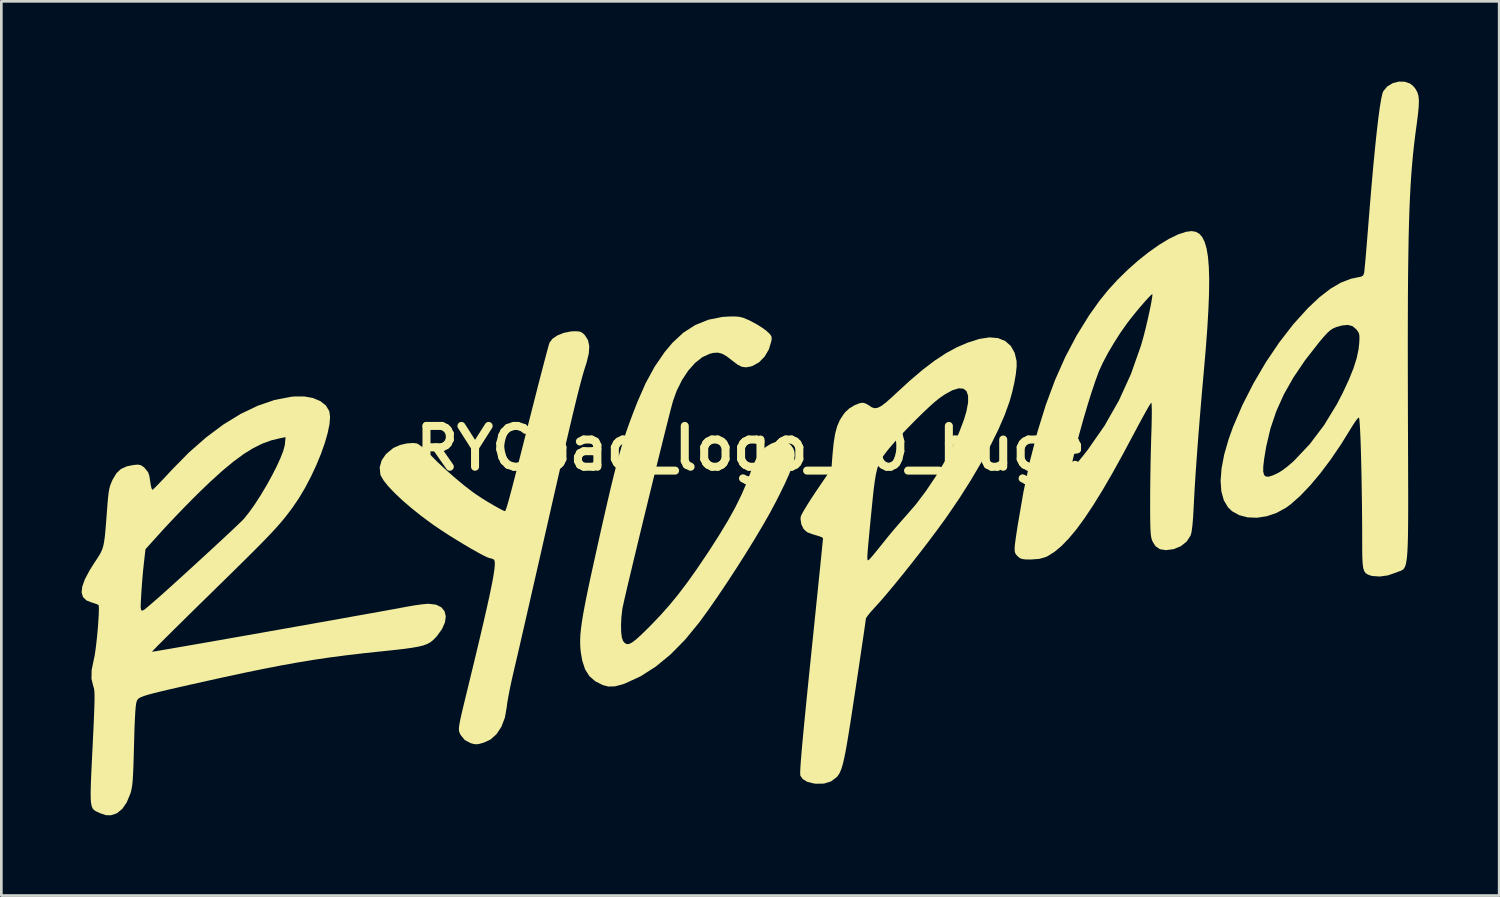
<source format=kicad_pcb>
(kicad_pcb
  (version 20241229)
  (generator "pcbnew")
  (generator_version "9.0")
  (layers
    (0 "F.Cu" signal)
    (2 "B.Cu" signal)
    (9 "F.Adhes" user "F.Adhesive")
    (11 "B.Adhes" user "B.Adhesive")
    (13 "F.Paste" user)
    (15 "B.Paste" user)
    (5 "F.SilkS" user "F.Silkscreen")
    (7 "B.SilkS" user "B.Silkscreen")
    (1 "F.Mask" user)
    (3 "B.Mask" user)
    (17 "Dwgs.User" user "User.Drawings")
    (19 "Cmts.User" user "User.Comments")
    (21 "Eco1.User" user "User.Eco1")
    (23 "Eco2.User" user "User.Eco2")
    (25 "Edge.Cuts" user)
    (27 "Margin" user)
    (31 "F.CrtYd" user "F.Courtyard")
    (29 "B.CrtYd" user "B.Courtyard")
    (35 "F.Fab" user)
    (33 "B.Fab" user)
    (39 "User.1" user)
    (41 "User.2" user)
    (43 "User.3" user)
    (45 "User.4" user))
  (footprint "RYCpad_logo_v0_huge"
    (layer "F.Cu")
    (at 25.008 13.703)
    (property "Reference" "RYCpad_logo_v0_huge" (at 0 0 0) (layer "F.SilkS") (effects (font (size 1.524 1.524) (thickness 0.3))))
    (attr board_only exclude_from_pos_files exclude_from_bom)
    (fp_poly (pts (xy -6.451 -4.371) (xy -6.343 -4.346) (xy -6.257 -4.284) (xy -6.194 -4.218) (xy -6.083 -4.04) (xy -6.036 -3.819) (xy -6.053 -3.546) (xy -6.133 -3.211) (xy -6.175 -3.081) (xy -6.22 -2.941) (xy -6.271 -2.77) (xy -6.328 -2.562) (xy -6.394 -2.312) (xy -6.47 -2.015) (xy -6.556 -1.666) (xy -6.654 -1.26) (xy -6.765 -0.79) (xy -6.891 -0.253) (xy -7.033 0.358) (xy -7.192 1.048) (xy -7.369 1.822) (xy -7.565 2.685) (xy -7.698 3.269) (xy -7.847 3.925) (xy -7.994 4.571) (xy -8.138 5.199) (xy -8.275 5.799) (xy -8.403 6.362) (xy -8.522 6.878) (xy -8.627 7.338) (xy -8.718 7.732) (xy -8.793 8.052) (xy -8.848 8.288) (xy -8.867 8.366) (xy -8.94 8.688) (xy -9.007 9.005) (xy -9.063 9.293) (xy -9.103 9.528) (xy -9.12 9.668) (xy -9.189 10.064) (xy -9.319 10.407) (xy -9.503 10.685) (xy -9.734 10.889) (xy -9.97 10.998) (xy -10.135 11.045) (xy -10.246 11.063) (xy -10.342 11.054) (xy -10.465 11.021) (xy -10.468 11.02) (xy -10.687 10.905) (xy -10.846 10.711) (xy -10.88 10.639) (xy -10.899 10.583) (xy -10.908 10.516) (xy -10.905 10.426) (xy -10.887 10.301) (xy -10.853 10.126) (xy -10.8 9.889) (xy -10.726 9.578) (xy -10.655 9.287) (xy -10.453 8.454) (xy -10.274 7.713) (xy -10.118 7.059) (xy -9.984 6.487) (xy -9.871 5.992) (xy -9.777 5.569) (xy -9.702 5.212) (xy -9.644 4.916) (xy -9.603 4.677) (xy -9.577 4.49) (xy -9.566 4.349) (xy -9.568 4.249) (xy -9.583 4.185) (xy -9.608 4.152) (xy -9.712 4.113) (xy -9.745 4.109) (xy -9.83 4.082) (xy -9.984 4.009) (xy -10.194 3.897) (xy -10.446 3.755) (xy -10.726 3.59) (xy -11.019 3.412) (xy -11.312 3.229) (xy -11.59 3.048) (xy -11.841 2.878) (xy -11.889 2.844) (xy -12.293 2.546) (xy -12.67 2.246) (xy -13.011 1.953) (xy -13.306 1.675) (xy -13.546 1.422) (xy -13.723 1.201) (xy -13.827 1.022) (xy -13.844 0.973) (xy -13.867 0.707) (xy -13.795 0.451) (xy -13.633 0.216) (xy -13.386 0.01) (xy -13.325 -0.028) (xy -13.109 -0.122) (xy -12.859 -0.181) (xy -12.619 -0.198) (xy -12.479 -0.181) (xy -12.392 -0.132) (xy -12.258 -0.026) (xy -12.099 0.12) (xy -11.988 0.232) (xy -11.706 0.515) (xy -11.383 0.815) (xy -11.043 1.114) (xy -10.709 1.392) (xy -10.403 1.627) (xy -10.242 1.741) (xy -10.044 1.87) (xy -9.833 2.001) (xy -9.625 2.124) (xy -9.439 2.229) (xy -9.292 2.307) (xy -9.201 2.346) (xy -9.181 2.348) (xy -9.163 2.313) (xy -9.137 2.246) (xy -9.103 2.139) (xy -9.059 1.988) (xy -9.003 1.784) (xy -8.933 1.522) (xy -8.848 1.195) (xy -8.746 0.796) (xy -8.624 0.32) (xy -8.482 -0.241) (xy -8.322 -0.877) (xy -8.188 -1.404) (xy -8.06 -1.906) (xy -7.941 -2.374) (xy -7.831 -2.798) (xy -7.734 -3.169) (xy -7.652 -3.479) (xy -7.588 -3.719) (xy -7.543 -3.878) (xy -7.521 -3.947) (xy -7.414 -4.091) (xy -7.231 -4.216) (xy -6.996 -4.311) (xy -6.733 -4.365) (xy -6.619 -4.373)) (stroke (width 0) (type solid)) (fill yes) (layer "F.SilkS"))
    (fp_poly (pts (xy 16.625 -8.093) (xy 16.758 -8.021) (xy 16.87 -7.895) (xy 16.962 -7.712) (xy 17.034 -7.468) (xy 17.086 -7.157) (xy 17.118 -6.777) (xy 17.132 -6.323) (xy 17.126 -5.791) (xy 17.102 -5.176) (xy 17.061 -4.476) (xy 17.001 -3.684) (xy 16.927 -2.831) (xy 16.856 -2.031) (xy 16.79 -1.245) (xy 16.729 -0.488) (xy 16.675 0.228) (xy 16.628 0.89) (xy 16.59 1.483) (xy 16.562 1.995) (xy 16.554 2.154) (xy 16.531 2.578) (xy 16.503 2.904) (xy 16.472 3.132) (xy 16.438 3.259) (xy 16.292 3.484) (xy 16.074 3.658) (xy 15.803 3.77) (xy 15.515 3.807) (xy 15.29 3.772) (xy 15.125 3.66) (xy 15.018 3.49) (xy 14.989 3.417) (xy 14.967 3.333) (xy 14.95 3.223) (xy 14.939 3.075) (xy 14.931 2.876) (xy 14.927 2.611) (xy 14.925 2.268) (xy 14.925 2.006) (xy 14.927 1.561) (xy 14.933 1.061) (xy 14.941 0.542) (xy 14.953 0.042) (xy 14.965 -0.404) (xy 14.968 -0.488) (xy 14.979 -0.837) (xy 14.985 -1.143) (xy 14.987 -1.395) (xy 14.983 -1.579) (xy 14.976 -1.684) (xy 14.968 -1.703) (xy 14.934 -1.66) (xy 14.861 -1.541) (xy 14.755 -1.356) (xy 14.624 -1.119) (xy 14.474 -0.841) (xy 14.353 -0.613) (xy 13.916 0.205) (xy 13.513 0.934) (xy 13.139 1.577) (xy 12.791 2.138) (xy 12.468 2.622) (xy 12.167 3.033) (xy 11.883 3.373) (xy 11.615 3.649) (xy 11.36 3.863) (xy 11.114 4.02) (xy 11.025 4.064) (xy 10.786 4.133) (xy 10.465 4.157) (xy 10.46 4.157) (xy 10.263 4.154) (xy 10.135 4.137) (xy 10.048 4.099) (xy 9.973 4.035) (xy 9.921 3.98) (xy 9.885 3.925) (xy 9.865 3.853) (xy 9.86 3.751) (xy 9.87 3.604) (xy 9.897 3.398) (xy 9.939 3.117) (xy 9.975 2.881) (xy 10.191 1.628) (xy 10.36 0.827) (xy 11.949 0.827) (xy 12.13 0.626) (xy 12.245 0.493) (xy 12.393 0.311) (xy 12.549 0.114) (xy 12.6 0.048) (xy 13.221 -0.844) (xy 13.756 -1.783) (xy 14.207 -2.773) (xy 14.576 -3.819) (xy 14.626 -3.988) (xy 14.687 -4.209) (xy 14.752 -4.464) (xy 14.816 -4.735) (xy 14.877 -5.007) (xy 14.931 -5.26) (xy 14.973 -5.479) (xy 15.001 -5.646) (xy 15.011 -5.743) (xy 15.006 -5.761) (xy 14.955 -5.725) (xy 14.856 -5.624) (xy 14.721 -5.475) (xy 14.563 -5.293) (xy 14.395 -5.092) (xy 14.23 -4.887) (xy 14.081 -4.694) (xy 14.054 -4.659) (xy 13.807 -4.307) (xy 13.565 -3.927) (xy 13.341 -3.545) (xy 13.151 -3.185) (xy 13.009 -2.873) (xy 12.996 -2.84) (xy 12.868 -2.487) (xy 12.725 -2.06) (xy 12.576 -1.581) (xy 12.427 -1.074) (xy 12.284 -0.562) (xy 12.155 -0.07) (xy 12.045 0.381) (xy 11.98 0.676) (xy 11.949 0.827) (xy 10.36 0.827) (xy 10.436 0.466) (xy 10.713 -0.613) (xy 11.023 -1.613) (xy 11.368 -2.543) (xy 11.752 -3.408) (xy 12.177 -4.214) (xy 12.644 -4.968) (xy 13.029 -5.509) (xy 13.352 -5.909) (xy 13.709 -6.3) (xy 14.09 -6.673) (xy 14.483 -7.021) (xy 14.878 -7.334) (xy 15.264 -7.606) (xy 15.632 -7.828) (xy 15.969 -7.992) (xy 16.266 -8.09) (xy 16.47 -8.116)) (stroke (width 0) (type solid)) (fill yes) (layer "F.SilkS"))
    (fp_poly (pts (xy -0.419 -4.912) (xy -0.276 -4.875) (xy -0.108 -4.804) (xy 0 -4.753) (xy 0.211 -4.64) (xy 0.417 -4.512) (xy 0.577 -4.395) (xy 0.589 -4.385) (xy 0.711 -4.272) (xy 0.77 -4.188) (xy 0.782 -4.101) (xy 0.771 -4.015) (xy 0.678 -3.701) (xy 0.519 -3.427) (xy 0.309 -3.213) (xy 0.062 -3.076) (xy 0.003 -3.057) (xy -0.176 -3.025) (xy -0.332 -3.045) (xy -0.493 -3.125) (xy -0.68 -3.267) (xy -0.896 -3.434) (xy -1.07 -3.534) (xy -1.229 -3.575) (xy -1.398 -3.565) (xy -1.538 -3.53) (xy -1.813 -3.403) (xy -2.083 -3.188) (xy -2.34 -2.899) (xy -2.571 -2.548) (xy -2.769 -2.149) (xy -2.9 -1.786) (xy -2.936 -1.66) (xy -2.992 -1.449) (xy -3.065 -1.163) (xy -3.154 -0.811) (xy -3.256 -0.403) (xy -3.369 0.052) (xy -3.491 0.544) (xy -3.619 1.063) (xy -3.751 1.601) (xy -3.884 2.148) (xy -4.017 2.694) (xy -4.147 3.229) (xy -4.271 3.745) (xy -4.388 4.231) (xy -4.495 4.679) (xy -4.59 5.078) (xy -4.67 5.42) (xy -4.733 5.694) (xy -4.777 5.892) (xy -4.799 6.003) (xy -4.801 6.012) (xy -4.835 6.319) (xy -4.849 6.612) (xy -4.843 6.871) (xy -4.818 7.074) (xy -4.774 7.2) (xy -4.772 7.203) (xy -4.706 7.281) (xy -4.634 7.319) (xy -4.547 7.313) (xy -4.436 7.258) (xy -4.29 7.147) (xy -4.101 6.976) (xy -3.858 6.739) (xy -3.72 6.6) (xy -3.366 6.23) (xy -3.032 5.853) (xy -2.704 5.452) (xy -2.37 5.012) (xy -2.018 4.517) (xy -1.636 3.951) (xy -1.574 3.858) (xy -1.184 3.25) (xy -0.853 2.703) (xy -0.576 2.202) (xy -0.345 1.733) (xy -0.152 1.284) (xy -0.018 0.925) (xy 0.115 0.574) (xy 0.248 0.306) (xy 0.394 0.103) (xy 0.564 -0.052) (xy 0.75 -0.166) (xy 1.002 -0.266) (xy 1.213 -0.28) (xy 1.394 -0.207) (xy 1.512 -0.101) (xy 1.588 0.005) (xy 1.632 0.128) (xy 1.641 0.276) (xy 1.612 0.459) (xy 1.544 0.686) (xy 1.434 0.966) (xy 1.28 1.309) (xy 1.078 1.723) (xy 0.935 2.004) (xy 0.72 2.408) (xy 0.454 2.875) (xy 0.149 3.387) (xy -0.185 3.929) (xy -0.537 4.483) (xy -0.896 5.032) (xy -1.251 5.56) (xy -1.592 6.05) (xy -1.908 6.484) (xy -1.931 6.515) (xy -2.455 7.154) (xy -2.997 7.704) (xy -3.555 8.162) (xy -4.124 8.525) (xy -4.703 8.791) (xy -4.795 8.824) (xy -5.08 8.898) (xy -5.322 8.904) (xy -5.527 8.851) (xy -5.813 8.707) (xy -6.032 8.515) (xy -6.191 8.263) (xy -6.298 7.939) (xy -6.35 7.64) (xy -6.367 7.478) (xy -6.376 7.314) (xy -6.376 7.138) (xy -6.366 6.944) (xy -6.343 6.722) (xy -6.308 6.464) (xy -6.258 6.163) (xy -6.192 5.81) (xy -6.109 5.397) (xy -6.008 4.916) (xy -5.886 4.359) (xy -5.744 3.718) (xy -5.647 3.281) (xy -5.492 2.594) (xy -5.354 1.994) (xy -5.231 1.47) (xy -5.119 1.01) (xy -5.016 0.603) (xy -4.917 0.239) (xy -4.821 -0.094) (xy -4.723 -0.407) (xy -4.621 -0.711) (xy -4.511 -1.017) (xy -4.391 -1.336) (xy -4.257 -1.681) (xy -4.242 -1.719) (xy -3.933 -2.424) (xy -3.596 -3.044) (xy -3.223 -3.589) (xy -2.928 -3.942) (xy -2.524 -4.318) (xy -2.075 -4.606) (xy -1.585 -4.804) (xy -1.062 -4.909) (xy -0.8 -4.925) (xy -0.58 -4.926)) (stroke (width 0) (type solid)) (fill yes) (layer "F.SilkS"))
    (fp_poly (pts (xy 24.44 -13.699) (xy 24.643 -13.628) (xy 24.758 -13.534) (xy 24.849 -13.42) (xy 24.913 -13.302) (xy 24.953 -13.165) (xy 24.969 -12.994) (xy 24.962 -12.772) (xy 24.935 -12.485) (xy 24.888 -12.116) (xy 24.879 -12.057) (xy 24.832 -11.702) (xy 24.789 -11.348) (xy 24.75 -10.989) (xy 24.716 -10.618) (xy 24.685 -10.23) (xy 24.658 -9.819) (xy 24.635 -9.377) (xy 24.615 -8.9) (xy 24.598 -8.381) (xy 24.584 -7.813) (xy 24.574 -7.192) (xy 24.565 -6.509) (xy 24.559 -5.76) (xy 24.556 -4.938) (xy 24.554 -4.037) (xy 24.555 -3.051) (xy 24.557 -1.973) (xy 24.558 -1.476) (xy 24.561 -0.58) (xy 24.564 0.221) (xy 24.566 0.933) (xy 24.568 1.561) (xy 24.569 2.11) (xy 24.567 2.587) (xy 24.564 2.996) (xy 24.559 3.342) (xy 24.55 3.632) (xy 24.539 3.871) (xy 24.523 4.063) (xy 24.504 4.215) (xy 24.481 4.332) (xy 24.452 4.42) (xy 24.418 4.483) (xy 24.379 4.528) (xy 24.334 4.559) (xy 24.282 4.582) (xy 24.224 4.603) (xy 24.158 4.627) (xy 24.108 4.648) (xy 23.81 4.75) (xy 23.506 4.793) (xy 23.23 4.773) (xy 23.165 4.757) (xy 23.061 4.719) (xy 22.982 4.668) (xy 22.926 4.591) (xy 22.888 4.474) (xy 22.866 4.304) (xy 22.854 4.066) (xy 22.85 3.748) (xy 22.85 3.583) (xy 22.849 3.045) (xy 22.845 2.502) (xy 22.839 1.963) (xy 22.831 1.439) (xy 22.822 0.938) (xy 22.811 0.469) (xy 22.8 0.042) (xy 22.787 -0.335) (xy 22.773 -0.651) (xy 22.759 -0.898) (xy 22.745 -1.066) (xy 22.731 -1.147) (xy 22.726 -1.152) (xy 22.678 -1.112) (xy 22.594 -1.003) (xy 22.49 -0.844) (xy 22.425 -0.739) (xy 22.052 -0.136) (xy 21.668 0.427) (xy 21.281 0.941) (xy 20.899 1.396) (xy 20.531 1.781) (xy 20.184 2.088) (xy 20 2.223) (xy 19.648 2.416) (xy 19.283 2.54) (xy 18.918 2.596) (xy 18.57 2.582) (xy 18.253 2.5) (xy 17.984 2.35) (xy 17.836 2.208) (xy 17.679 1.945) (xy 17.586 1.611) (xy 17.558 1.211) (xy 17.585 0.867) (xy 19.15 0.867) (xy 19.182 0.997) (xy 19.253 1.059) (xy 19.366 1.06) (xy 19.525 1.007) (xy 19.712 0.92) (xy 19.857 0.83) (xy 20.04 0.693) (xy 20.231 0.532) (xy 20.307 0.463) (xy 20.89 -0.155) (xy 21.421 -0.857) (xy 21.902 -1.645) (xy 22.127 -2.079) (xy 22.355 -2.569) (xy 22.526 -2.994) (xy 22.644 -3.368) (xy 22.715 -3.706) (xy 22.737 -3.909) (xy 22.748 -4.105) (xy 22.743 -4.233) (xy 22.716 -4.323) (xy 22.66 -4.407) (xy 22.627 -4.447) (xy 22.489 -4.563) (xy 22.316 -4.61) (xy 22.095 -4.589) (xy 21.879 -4.528) (xy 21.766 -4.481) (xy 21.661 -4.414) (xy 21.548 -4.313) (xy 21.408 -4.161) (xy 21.242 -3.964) (xy 20.718 -3.293) (xy 20.281 -2.648) (xy 19.923 -2.016) (xy 19.639 -1.384) (xy 19.421 -0.739) (xy 19.264 -0.069) (xy 19.253 -0.004) (xy 19.189 0.374) (xy 19.154 0.662) (xy 19.15 0.867) (xy 17.585 0.867) (xy 17.594 0.75) (xy 17.693 0.233) (xy 17.857 -0.335) (xy 18.024 -0.802) (xy 18.375 -1.618) (xy 18.788 -2.429) (xy 19.25 -3.215) (xy 19.751 -3.957) (xy 20.277 -4.637) (xy 20.819 -5.236) (xy 20.824 -5.241) (xy 21.256 -5.647) (xy 21.662 -5.961) (xy 22.048 -6.188) (xy 22.421 -6.333) (xy 22.659 -6.384) (xy 22.806 -6.413) (xy 22.882 -6.457) (xy 22.917 -6.535) (xy 22.921 -6.553) (xy 22.932 -6.638) (xy 22.949 -6.809) (xy 22.972 -7.049) (xy 22.997 -7.345) (xy 23.025 -7.68) (xy 23.05 -7.991) (xy 23.126 -8.94) (xy 23.198 -9.801) (xy 23.267 -10.572) (xy 23.333 -11.253) (xy 23.395 -11.841) (xy 23.453 -12.336) (xy 23.507 -12.736) (xy 23.557 -13.04) (xy 23.602 -13.247) (xy 23.639 -13.347) (xy 23.788 -13.523) (xy 23.988 -13.643) (xy 24.214 -13.703)) (stroke (width 0) (type solid)) (fill yes) (layer "F.SilkS"))
    (fp_poly (pts (xy 9.24 -4.117) (xy 9.507 -4.01) (xy 9.716 -3.826) (xy 9.861 -3.57) (xy 9.933 -3.266) (xy 9.936 -3.059) (xy 9.907 -2.782) (xy 9.851 -2.457) (xy 9.772 -2.108) (xy 9.674 -1.758) (xy 9.666 -1.735) (xy 9.489 -1.244) (xy 9.25 -0.694) (xy 8.955 -0.097) (xy 8.612 0.534) (xy 8.228 1.187) (xy 7.809 1.848) (xy 7.362 2.505) (xy 7.256 2.655) (xy 6.981 3.033) (xy 6.674 3.443) (xy 6.348 3.869) (xy 6.012 4.298) (xy 5.68 4.715) (xy 5.361 5.106) (xy 5.067 5.458) (xy 4.81 5.756) (xy 4.615 5.969) (xy 4.476 6.124) (xy 4.368 6.257) (xy 4.308 6.348) (xy 4.3 6.372) (xy 4.293 6.433) (xy 4.272 6.584) (xy 4.239 6.815) (xy 4.195 7.118) (xy 4.141 7.481) (xy 4.079 7.897) (xy 4.011 8.356) (xy 3.937 8.847) (xy 3.901 9.084) (xy 3.807 9.704) (xy 3.726 10.232) (xy 3.655 10.678) (xy 3.593 11.049) (xy 3.538 11.353) (xy 3.488 11.599) (xy 3.442 11.794) (xy 3.398 11.947) (xy 3.353 12.065) (xy 3.308 12.158) (xy 3.259 12.232) (xy 3.211 12.29) (xy 3.001 12.449) (xy 2.735 12.532) (xy 2.426 12.536) (xy 2.345 12.524) (xy 2.102 12.461) (xy 1.941 12.362) (xy 1.855 12.24) (xy 1.848 12.193) (xy 1.847 12.095) (xy 1.854 11.942) (xy 1.868 11.728) (xy 1.89 11.45) (xy 1.92 11.101) (xy 1.959 10.679) (xy 2.008 10.178) (xy 2.065 9.593) (xy 2.133 8.92) (xy 2.211 8.154) (xy 2.251 7.765) (xy 2.318 7.114) (xy 2.382 6.492) (xy 2.442 5.905) (xy 2.498 5.361) (xy 2.548 4.867) (xy 2.593 4.431) (xy 2.628 4.088) (xy 4.356 4.088) (xy 4.36 4.153) (xy 4.37 4.183) (xy 4.387 4.185) (xy 4.41 4.17) (xy 4.426 4.157) (xy 4.483 4.097) (xy 4.589 3.973) (xy 4.729 3.802) (xy 4.892 3.6) (xy 4.962 3.512) (xy 5.165 3.26) (xy 5.388 2.994) (xy 5.603 2.745) (xy 5.785 2.541) (xy 5.798 2.527) (xy 6.175 2.09) (xy 6.547 1.597) (xy 6.904 1.065) (xy 7.236 0.513) (xy 7.531 -0.041) (xy 7.78 -0.577) (xy 7.97 -1.079) (xy 8.06 -1.384) (xy 8.122 -1.713) (xy 8.121 -1.965) (xy 8.061 -2.137) (xy 7.943 -2.229) (xy 7.768 -2.241) (xy 7.54 -2.171) (xy 7.26 -2.018) (xy 7.036 -1.864) (xy 6.871 -1.729) (xy 6.656 -1.536) (xy 6.406 -1.299) (xy 6.137 -1.034) (xy 5.866 -0.759) (xy 5.607 -0.487) (xy 5.378 -0.236) (xy 5.193 -0.022) (xy 5.185 -0.013) (xy 5.053 0.152) (xy 4.944 0.299) (xy 4.856 0.441) (xy 4.785 0.59) (xy 4.727 0.76) (xy 4.678 0.964) (xy 4.636 1.214) (xy 4.595 1.524) (xy 4.554 1.906) (xy 4.507 2.374) (xy 4.501 2.431) (xy 4.455 2.904) (xy 4.419 3.285) (xy 4.391 3.585) (xy 4.371 3.813) (xy 4.36 3.978) (xy 4.356 4.088) (xy 2.628 4.088) (xy 2.631 4.059) (xy 2.661 3.759) (xy 2.683 3.538) (xy 2.696 3.403) (xy 2.7 3.362) (xy 2.656 3.326) (xy 2.544 3.282) (xy 2.467 3.26) (xy 2.294 3.208) (xy 2.137 3.149) (xy 2.097 3.129) (xy 1.973 3.015) (xy 1.889 2.841) (xy 1.859 2.644) (xy 1.868 2.553) (xy 1.904 2.468) (xy 1.989 2.316) (xy 2.112 2.113) (xy 2.264 1.873) (xy 2.437 1.613) (xy 2.456 1.585) (xy 3.015 0.761) (xy 3.056 0.218) (xy 3.098 -0.204) (xy 3.153 -0.545) (xy 3.228 -0.823) (xy 3.329 -1.056) (xy 3.462 -1.263) (xy 3.533 -1.353) (xy 3.684 -1.491) (xy 3.876 -1.608) (xy 4.069 -1.685) (xy 4.181 -1.702) (xy 4.295 -1.673) (xy 4.414 -1.603) (xy 4.524 -1.529) (xy 4.629 -1.497) (xy 4.742 -1.512) (xy 4.877 -1.58) (xy 5.045 -1.706) (xy 5.261 -1.897) (xy 5.411 -2.037) (xy 5.941 -2.524) (xy 6.425 -2.935) (xy 6.873 -3.276) (xy 7.296 -3.554) (xy 7.704 -3.776) (xy 8.107 -3.948) (xy 8.515 -4.078) (xy 8.558 -4.089) (xy 8.922 -4.145)) (stroke (width 0) (type solid)) (fill yes) (layer "F.SilkS"))
    (fp_poly (pts (xy -16.68 -1.936) (xy -16.354 -1.876) (xy -16.083 -1.761) (xy -15.879 -1.598) (xy -15.754 -1.391) (xy -15.75 -1.378) (xy -15.722 -1.172) (xy -15.745 -0.897) (xy -15.814 -0.564) (xy -15.922 -0.189) (xy -16.066 0.217) (xy -16.241 0.64) (xy -16.44 1.066) (xy -16.66 1.483) (xy -16.894 1.876) (xy -17.138 2.234) (xy -17.139 2.234) (xy -17.255 2.389) (xy -17.368 2.536) (xy -17.486 2.682) (xy -17.614 2.832) (xy -17.757 2.994) (xy -17.924 3.174) (xy -18.119 3.378) (xy -18.348 3.613) (xy -18.619 3.885) (xy -18.936 4.2) (xy -19.307 4.566) (xy -19.738 4.988) (xy -20.234 5.474) (xy -20.244 5.484) (xy -20.629 5.861) (xy -20.991 6.217) (xy -21.324 6.545) (xy -21.623 6.84) (xy -21.88 7.096) (xy -22.091 7.306) (xy -22.248 7.465) (xy -22.345 7.567) (xy -22.377 7.604) (xy -22.377 7.604) (xy -22.328 7.598) (xy -22.187 7.575) (xy -21.965 7.537) (xy -21.668 7.486) (xy -21.305 7.423) (xy -20.883 7.35) (xy -20.411 7.268) (xy -19.897 7.178) (xy -19.349 7.081) (xy -18.775 6.98) (xy -18.183 6.876) (xy -17.581 6.769) (xy -16.977 6.662) (xy -16.379 6.556) (xy -15.795 6.452) (xy -15.233 6.351) (xy -14.701 6.256) (xy -14.208 6.168) (xy -13.76 6.087) (xy -13.367 6.016) (xy -13.037 5.955) (xy -12.795 5.91) (xy -12.548 5.868) (xy -12.31 5.835) (xy -12.116 5.815) (xy -12.03 5.811) (xy -11.762 5.845) (xy -11.566 5.941) (xy -11.444 6.09) (xy -11.398 6.281) (xy -11.429 6.506) (xy -11.539 6.756) (xy -11.731 7.021) (xy -11.787 7.083) (xy -11.879 7.174) (xy -11.976 7.25) (xy -12.09 7.313) (xy -12.232 7.366) (xy -12.415 7.412) (xy -12.651 7.454) (xy -12.95 7.496) (xy -13.324 7.539) (xy -13.785 7.588) (xy -13.825 7.592) (xy -14.494 7.663) (xy -15.123 7.737) (xy -15.728 7.816) (xy -16.324 7.904) (xy -16.928 8.004) (xy -17.554 8.116) (xy -18.219 8.245) (xy -18.938 8.393) (xy -19.727 8.563) (xy -20.325 8.695) (xy -20.888 8.821) (xy -21.362 8.928) (xy -21.754 9.018) (xy -22.072 9.093) (xy -22.326 9.156) (xy -22.522 9.209) (xy -22.668 9.254) (xy -22.774 9.294) (xy -22.846 9.33) (xy -22.894 9.366) (xy -22.924 9.403) (xy -22.943 9.437) (xy -22.965 9.514) (xy -22.985 9.65) (xy -23.002 9.852) (xy -23.017 10.128) (xy -23.032 10.486) (xy -23.045 10.935) (xy -23.049 11.09) (xy -23.061 11.533) (xy -23.072 11.888) (xy -23.084 12.168) (xy -23.097 12.388) (xy -23.113 12.558) (xy -23.133 12.694) (xy -23.157 12.806) (xy -23.187 12.909) (xy -23.189 12.914) (xy -23.322 13.234) (xy -23.488 13.477) (xy -23.68 13.633) (xy -23.73 13.657) (xy -23.923 13.716) (xy -24.102 13.711) (xy -24.309 13.641) (xy -24.334 13.63) (xy -24.422 13.59) (xy -24.496 13.553) (xy -24.555 13.51) (xy -24.601 13.45) (xy -24.634 13.366) (xy -24.656 13.248) (xy -24.668 13.086) (xy -24.67 12.873) (xy -24.664 12.598) (xy -24.651 12.252) (xy -24.631 11.827) (xy -24.606 11.312) (xy -24.599 11.182) (xy -24.574 10.662) (xy -24.554 10.232) (xy -24.54 9.884) (xy -24.53 9.606) (xy -24.525 9.39) (xy -24.525 9.225) (xy -24.53 9.103) (xy -24.539 9.014) (xy -24.553 8.947) (xy -24.571 8.894) (xy -24.573 8.889) (xy -24.64 8.617) (xy -24.633 8.29) (xy -24.554 7.902) (xy -24.552 7.894) (xy -24.521 7.75) (xy -24.49 7.543) (xy -24.458 7.29) (xy -24.428 7.011) (xy -24.402 6.725) (xy -24.382 6.451) (xy -24.368 6.209) (xy -24.362 6.016) (xy -24.365 5.946) (xy -22.801 5.946) (xy -22.785 6.047) (xy -22.738 6.069) (xy -22.652 6.021) (xy -22.516 5.91) (xy -22.377 5.79) (xy -22.213 5.648) (xy -21.998 5.458) (xy -21.742 5.228) (xy -21.454 4.968) (xy -21.145 4.687) (xy -20.822 4.392) (xy -20.497 4.094) (xy -20.178 3.8) (xy -19.875 3.52) (xy -19.598 3.263) (xy -19.356 3.036) (xy -19.16 2.85) (xy -19.018 2.713) (xy -18.94 2.633) (xy -18.937 2.63) (xy -18.737 2.378) (xy -18.523 2.076) (xy -18.307 1.74) (xy -18.095 1.385) (xy -17.897 1.027) (xy -17.721 0.683) (xy -17.577 0.367) (xy -17.472 0.097) (xy -17.416 -0.113) (xy -17.411 -0.151) (xy -17.386 -0.415) (xy -17.58 -0.378) (xy -17.917 -0.297) (xy -18.25 -0.176) (xy -18.59 -0.008) (xy -18.945 0.211) (xy -19.324 0.489) (xy -19.737 0.831) (xy -20.192 1.243) (xy -20.594 1.628) (xy -20.878 1.91) (xy -21.19 2.227) (xy -21.502 2.551) (xy -21.789 2.855) (xy -21.992 3.075) (xy -22.621 3.771) (xy -22.682 4.303) (xy -22.711 4.577) (xy -22.74 4.906) (xy -22.765 5.244) (xy -22.78 5.481) (xy -22.796 5.76) (xy -22.801 5.946) (xy -24.365 5.946) (xy -24.367 5.893) (xy -24.375 5.862) (xy -24.434 5.828) (xy -24.555 5.786) (xy -24.621 5.767) (xy -24.827 5.686) (xy -24.956 5.561) (xy -25.008 5.389) (xy -24.984 5.167) (xy -24.884 4.891) (xy -24.706 4.557) (xy -24.545 4.301) (xy -24.439 4.141) (xy -24.354 4.009) (xy -24.288 3.891) (xy -24.236 3.773) (xy -24.196 3.641) (xy -24.165 3.482) (xy -24.138 3.281) (xy -24.114 3.025) (xy -24.088 2.7) (xy -24.057 2.291) (xy -24.051 2.204) (xy -24.026 1.906) (xy -24.002 1.685) (xy -23.974 1.518) (xy -23.936 1.38) (xy -23.885 1.25) (xy -23.845 1.164) (xy -23.704 0.93) (xy -23.535 0.772) (xy -23.314 0.673) (xy -23.067 0.624) (xy -22.907 0.61) (xy -22.799 0.63) (xy -22.697 0.695) (xy -22.662 0.724) (xy -22.523 0.894) (xy -22.477 1.03) (xy -22.449 1.21) (xy -22.423 1.378) (xy -22.396 1.493) (xy -22.364 1.551) (xy -22.359 1.553) (xy -22.316 1.518) (xy -22.216 1.42) (xy -22.07 1.269) (xy -21.888 1.078) (xy -21.682 0.856) (xy -21.628 0.798) (xy -20.994 0.154) (xy -20.352 -0.409) (xy -19.708 -0.89) (xy -19.065 -1.284) (xy -18.429 -1.589) (xy -17.804 -1.803) (xy -17.194 -1.922) (xy -17.048 -1.937)) (stroke (width 0) (type solid)) (fill yes) (layer "F.SilkS")))
  (gr_rect
    (start -3 -3)
    (end 52.977 30.419)
    (stroke (width 0.1) (type default))
    (fill no)
    (layer "Edge.Cuts")))
</source>
